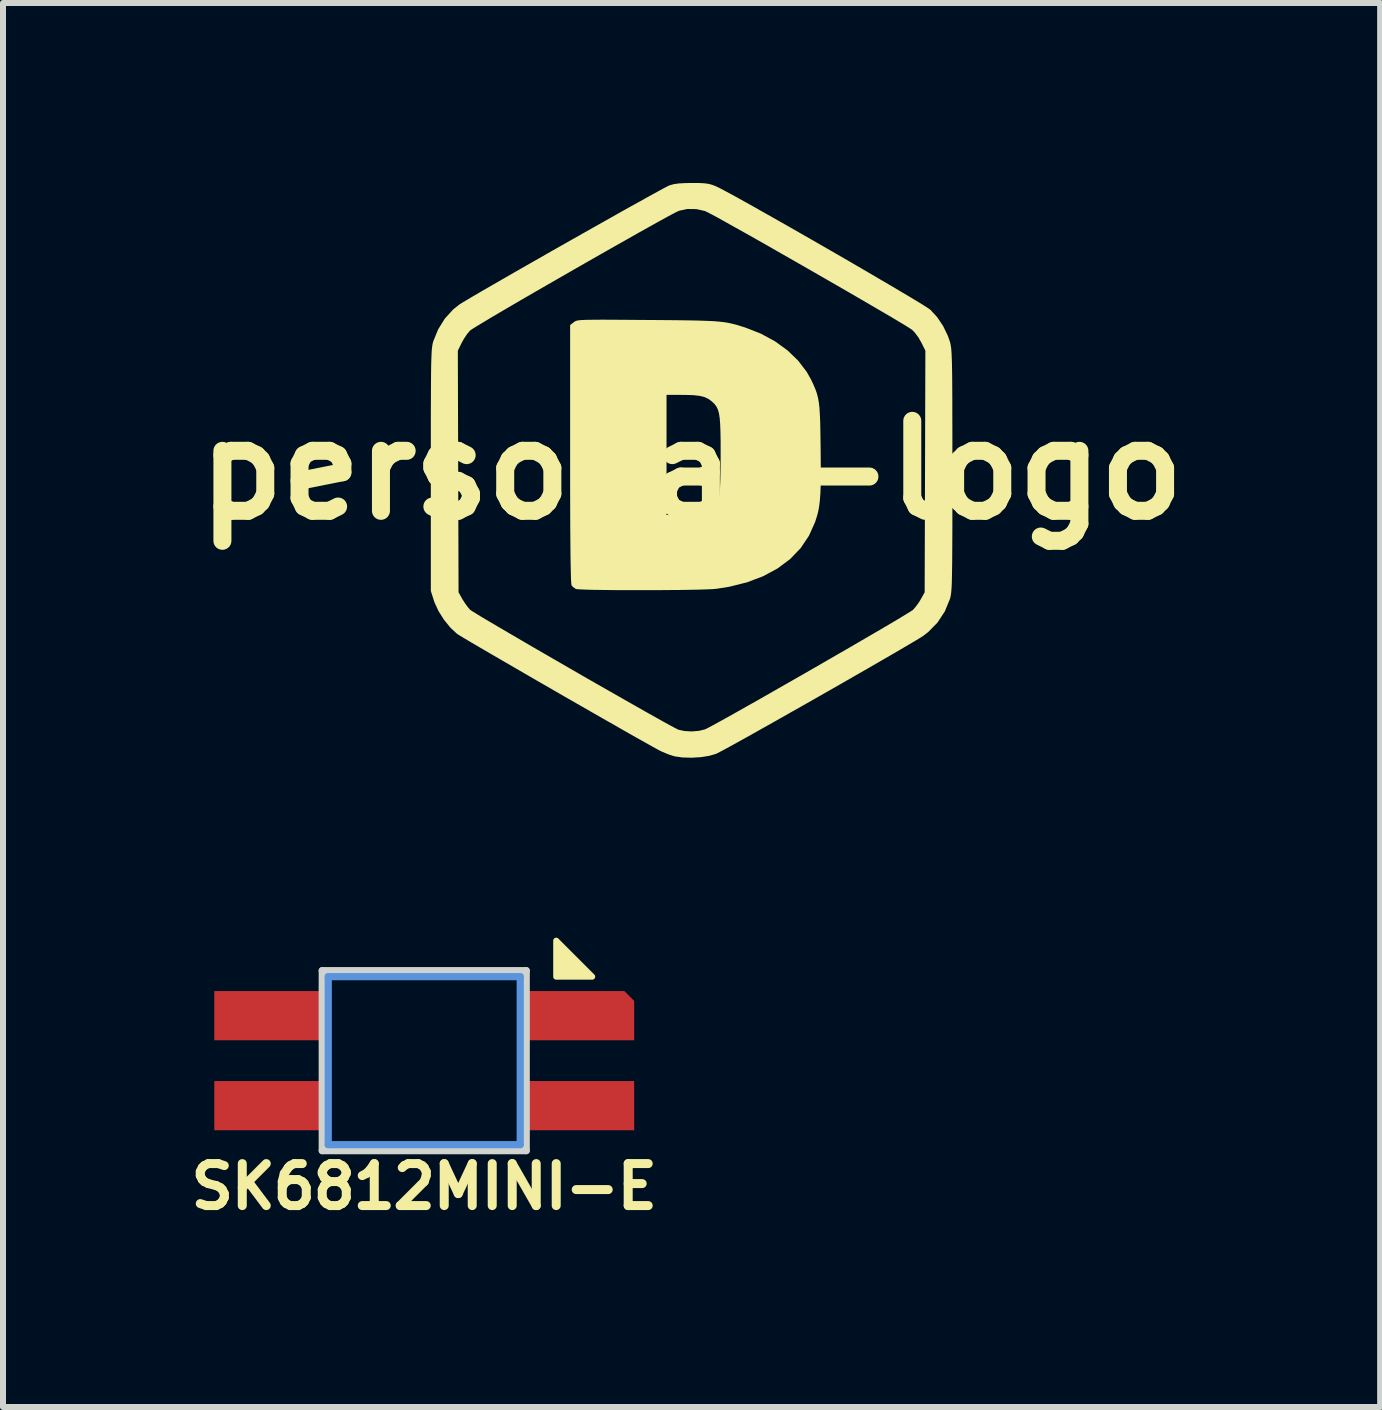
<source format=kicad_pcb>
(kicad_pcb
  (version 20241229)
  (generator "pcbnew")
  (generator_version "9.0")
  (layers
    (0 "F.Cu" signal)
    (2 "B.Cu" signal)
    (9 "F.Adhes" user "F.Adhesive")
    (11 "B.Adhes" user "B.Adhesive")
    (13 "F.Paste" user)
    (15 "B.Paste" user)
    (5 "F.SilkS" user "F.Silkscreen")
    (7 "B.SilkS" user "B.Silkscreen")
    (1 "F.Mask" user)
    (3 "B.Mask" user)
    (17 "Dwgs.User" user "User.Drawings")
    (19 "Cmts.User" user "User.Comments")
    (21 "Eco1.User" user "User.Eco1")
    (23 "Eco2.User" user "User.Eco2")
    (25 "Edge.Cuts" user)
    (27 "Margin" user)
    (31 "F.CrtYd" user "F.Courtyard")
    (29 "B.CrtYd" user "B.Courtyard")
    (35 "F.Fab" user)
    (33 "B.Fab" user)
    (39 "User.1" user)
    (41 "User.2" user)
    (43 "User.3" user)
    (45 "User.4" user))
  (footprint "personal-logo"
    (layer "F.Cu")
    (at 8.479 4.787)
    (property "Reference" "personal-logo" (at 0 0 0) (layer "F.SilkS") (effects (font (size 1.5 1.5) (thickness 0.3))))
    (attr board_only exclude_from_pos_files exclude_from_bom)
    (fp_poly (pts (xy -1.326 -2.507) (xy -1.133 -2.506) (xy -0.903 -2.504) (xy -0.727 -2.503) (xy -0.459 -2.501) (xy -0.232 -2.499) (xy -0.039 -2.496) (xy 0.122 -2.493) (xy 0.257 -2.488) (xy 0.37 -2.483) (xy 0.464 -2.475) (xy 0.545 -2.466) (xy 0.617 -2.454) (xy 0.684 -2.439) (xy 0.75 -2.422) (xy 0.82 -2.4) (xy 0.898 -2.376) (xy 0.902 -2.374) (xy 1.157 -2.274) (xy 1.392 -2.146) (xy 1.6 -1.995) (xy 1.778 -1.823) (xy 1.92 -1.636) (xy 1.992 -1.508) (xy 2.03 -1.427) (xy 2.061 -1.355) (xy 2.086 -1.286) (xy 2.105 -1.214) (xy 2.12 -1.135) (xy 2.131 -1.041) (xy 2.138 -0.928) (xy 2.144 -0.789) (xy 2.147 -0.62) (xy 2.15 -0.414) (xy 2.151 -0.346) (xy 2.153 -0.111) (xy 2.154 0.084) (xy 2.152 0.247) (xy 2.147 0.382) (xy 2.139 0.495) (xy 2.128 0.592) (xy 2.113 0.677) (xy 2.093 0.757) (xy 2.068 0.836) (xy 2.059 0.865) (xy 1.956 1.094) (xy 1.818 1.3) (xy 1.644 1.481) (xy 1.436 1.637) (xy 1.196 1.767) (xy 0.925 1.87) (xy 0.625 1.945) (xy 0.407 1.979) (xy 0.344 1.984) (xy 0.246 1.988) (xy 0.118 1.992) (xy -0.034 1.995) (xy -0.207 1.998) (xy -0.394 1.999) (xy -0.59 2.001) (xy -0.79 2.001) (xy -0.989 2.001) (xy -1.183 2.001) (xy -1.364 1.999) (xy -1.53 1.997) (xy -1.674 1.995) (xy -1.79 1.991) (xy -1.875 1.987) (xy -1.923 1.983) (xy -1.93 1.981) (xy -1.979 1.947) (xy -2.002 1.918) (xy -2.006 1.891) (xy -2.01 1.827) (xy -2.013 1.725) (xy -2.016 1.585) (xy -2.019 1.405) (xy -2.021 1.186) (xy -2.023 0.926) (xy -2.024 0.624) (xy -2.025 0.28) (xy -2.025 -0.107) (xy -2.025 -0.253) (xy -0.418 -0.253) (xy -0.418 0.748) (xy -0.171 0.748) (xy -0.06 0.746) (xy 0.043 0.74) (xy 0.125 0.731) (xy 0.165 0.724) (xy 0.24 0.689) (xy 0.319 0.631) (xy 0.344 0.608) (xy 0.407 0.532) (xy 0.451 0.453) (xy 0.46 0.429) (xy 0.467 0.377) (xy 0.474 0.285) (xy 0.479 0.156) (xy 0.482 -0.005) (xy 0.484 -0.195) (xy 0.484 -0.266) (xy 0.484 -0.47) (xy 0.481 -0.636) (xy 0.476 -0.768) (xy 0.468 -0.871) (xy 0.455 -0.951) (xy 0.437 -1.013) (xy 0.413 -1.061) (xy 0.382 -1.102) (xy 0.344 -1.139) (xy 0.34 -1.143) (xy 0.281 -1.187) (xy 0.215 -1.218) (xy 0.133 -1.238) (xy 0.027 -1.25) (xy -0.111 -1.254) (xy -0.16 -1.254) (xy -0.418 -1.255) (xy -0.418 -0.253) (xy -2.025 -0.253) (xy -2.025 -0.272) (xy -2.025 -2.418) (xy -1.965 -2.465) (xy -1.951 -2.475) (xy -1.936 -2.484) (xy -1.916 -2.491) (xy -1.887 -2.497) (xy -1.846 -2.501) (xy -1.788 -2.504) (xy -1.711 -2.506) (xy -1.611 -2.507) (xy -1.484 -2.508)) (stroke (width 0) (type solid)) (fill yes) (layer "F.SilkS"))
    (fp_poly (pts (xy 0.13 -4.786) (xy 0.217 -4.781) (xy 0.284 -4.772) (xy 0.343 -4.756) (xy 0.407 -4.731) (xy 0.407 -4.731) (xy 0.459 -4.706) (xy 0.543 -4.662) (xy 0.658 -4.6) (xy 0.8 -4.522) (xy 0.964 -4.431) (xy 1.148 -4.327) (xy 1.348 -4.214) (xy 1.562 -4.093) (xy 1.784 -3.966) (xy 2.013 -3.835) (xy 2.244 -3.702) (xy 2.475 -3.569) (xy 2.701 -3.438) (xy 2.919 -3.311) (xy 3.127 -3.189) (xy 3.32 -3.076) (xy 3.495 -2.972) (xy 3.649 -2.881) (xy 3.778 -2.803) (xy 3.879 -2.741) (xy 3.948 -2.696) (xy 3.982 -2.671) (xy 4.094 -2.55) (xy 4.194 -2.4) (xy 4.272 -2.238) (xy 4.308 -2.135) (xy 4.314 -2.108) (xy 4.32 -2.078) (xy 4.326 -2.041) (xy 4.33 -1.995) (xy 4.334 -1.937) (xy 4.337 -1.864) (xy 4.34 -1.774) (xy 4.342 -1.662) (xy 4.344 -1.528) (xy 4.345 -1.367) (xy 4.346 -1.177) (xy 4.346 -0.955) (xy 4.347 -0.698) (xy 4.347 -0.403) (xy 4.347 -0.068) (xy 4.347 0.011) (xy 4.347 0.355) (xy 4.347 0.657) (xy 4.347 0.922) (xy 4.346 1.151) (xy 4.345 1.347) (xy 4.344 1.513) (xy 4.342 1.652) (xy 4.34 1.767) (xy 4.338 1.861) (xy 4.335 1.937) (xy 4.331 1.996) (xy 4.327 2.043) (xy 4.322 2.08) (xy 4.316 2.11) (xy 4.31 2.136) (xy 4.307 2.146) (xy 4.221 2.355) (xy 4.099 2.541) (xy 3.943 2.7) (xy 3.864 2.761) (xy 3.819 2.79) (xy 3.74 2.838) (xy 3.63 2.903) (xy 3.494 2.983) (xy 3.333 3.077) (xy 3.153 3.181) (xy 2.956 3.295) (xy 2.745 3.416) (xy 2.526 3.542) (xy 2.3 3.671) (xy 2.072 3.801) (xy 1.845 3.93) (xy 1.622 4.056) (xy 1.407 4.178) (xy 1.204 4.292) (xy 1.016 4.398) (xy 0.847 4.492) (xy 0.699 4.574) (xy 0.577 4.641) (xy 0.485 4.69) (xy 0.425 4.721) (xy 0.407 4.73) (xy 0.292 4.763) (xy 0.151 4.785) (xy -0.002 4.794) (xy -0.15 4.79) (xy -0.277 4.772) (xy -0.302 4.766) (xy -0.394 4.735) (xy -0.49 4.695) (xy -0.522 4.68) (xy -0.578 4.65) (xy -0.667 4.601) (xy -0.784 4.535) (xy -0.927 4.455) (xy -1.093 4.361) (xy -1.276 4.256) (xy -1.475 4.143) (xy -1.686 4.022) (xy -1.904 3.897) (xy -2.128 3.769) (xy -2.352 3.639) (xy -2.575 3.511) (xy -2.792 3.385) (xy -2.999 3.265) (xy -3.194 3.152) (xy -3.373 3.048) (xy -3.532 2.955) (xy -3.669 2.875) (xy -3.778 2.81) (xy -3.858 2.762) (xy -3.904 2.733) (xy -3.912 2.727) (xy -4.022 2.625) (xy -4.128 2.494) (xy -4.22 2.348) (xy -4.287 2.202) (xy -4.298 2.169) (xy -4.347 2.014) (xy -4.347 0) (xy -4.347 -0.345) (xy -4.347 -0.648) (xy -4.347 -0.913) (xy -4.346 -1.143) (xy -4.345 -1.34) (xy -4.344 -1.507) (xy -4.343 -1.647) (xy -4.341 -1.763) (xy -4.338 -1.858) (xy -4.335 -1.933) (xy -4.332 -1.991) (xy -3.897 -1.991) (xy -3.891 0.022) (xy -3.885 2.036) (xy -3.822 2.15) (xy -3.773 2.226) (xy -3.719 2.298) (xy -3.69 2.329) (xy -3.661 2.349) (xy -3.598 2.388) (xy -3.504 2.446) (xy -3.381 2.519) (xy -3.233 2.606) (xy -3.064 2.705) (xy -2.877 2.814) (xy -2.676 2.932) (xy -2.463 3.055) (xy -2.243 3.182) (xy -2.018 3.312) (xy -1.793 3.442) (xy -1.57 3.57) (xy -1.352 3.694) (xy -1.144 3.813) (xy -0.948 3.924) (xy -0.769 4.026) (xy -0.608 4.116) (xy -0.471 4.193) (xy -0.36 4.254) (xy -0.278 4.298) (xy -0.229 4.323) (xy -0.22 4.327) (xy -0.12 4.349) (xy 0.001 4.356) (xy 0.122 4.346) (xy 0.222 4.322) (xy 0.225 4.321) (xy 0.265 4.301) (xy 0.339 4.262) (xy 0.443 4.205) (xy 0.574 4.133) (xy 0.729 4.046) (xy 0.904 3.947) (xy 1.096 3.839) (xy 1.301 3.722) (xy 1.516 3.599) (xy 1.739 3.472) (xy 1.964 3.343) (xy 2.189 3.213) (xy 2.411 3.085) (xy 2.626 2.961) (xy 2.83 2.842) (xy 3.021 2.731) (xy 3.194 2.63) (xy 3.347 2.54) (xy 3.476 2.463) (xy 3.578 2.401) (xy 3.649 2.357) (xy 3.686 2.333) (xy 3.69 2.33) (xy 3.741 2.271) (xy 3.795 2.195) (xy 3.822 2.15) (xy 3.885 2.036) (xy 3.891 0.022) (xy 3.897 -1.991) (xy 3.829 -2.128) (xy 3.781 -2.212) (xy 3.722 -2.291) (xy 3.677 -2.338) (xy 3.644 -2.36) (xy 3.576 -2.403) (xy 3.477 -2.463) (xy 3.35 -2.539) (xy 3.198 -2.628) (xy 3.025 -2.729) (xy 2.835 -2.84) (xy 2.63 -2.959) (xy 2.415 -3.083) (xy 2.193 -3.211) (xy 1.967 -3.341) (xy 1.74 -3.471) (xy 1.517 -3.598) (xy 1.301 -3.722) (xy 1.095 -3.839) (xy 0.902 -3.948) (xy 0.726 -4.046) (xy 0.571 -4.133) (xy 0.44 -4.206) (xy 0.336 -4.262) (xy 0.263 -4.3) (xy 0.225 -4.318) (xy 0.224 -4.319) (xy 0.082 -4.351) (xy -0.071 -4.353) (xy -0.207 -4.324) (xy -0.245 -4.307) (xy -0.317 -4.27) (xy -0.419 -4.215) (xy -0.55 -4.143) (xy -0.704 -4.057) (xy -0.878 -3.96) (xy -1.07 -3.851) (xy -1.276 -3.735) (xy -1.492 -3.612) (xy -1.715 -3.485) (xy -1.942 -3.355) (xy -2.168 -3.225) (xy -2.391 -3.097) (xy -2.608 -2.972) (xy -2.815 -2.852) (xy -3.007 -2.74) (xy -3.183 -2.637) (xy -3.339 -2.545) (xy -3.471 -2.466) (xy -3.575 -2.403) (xy -3.649 -2.357) (xy -3.689 -2.33) (xy -3.694 -2.326) (xy -3.743 -2.268) (xy -3.796 -2.188) (xy -3.832 -2.124) (xy -3.897 -1.991) (xy -4.332 -1.991) (xy -4.332 -1.994) (xy -4.327 -2.041) (xy -4.322 -2.078) (xy -4.317 -2.108) (xy -4.31 -2.134) (xy -4.307 -2.146) (xy -4.225 -2.347) (xy -4.113 -2.527) (xy -3.974 -2.679) (xy -3.875 -2.758) (xy -3.83 -2.787) (xy -3.751 -2.834) (xy -3.642 -2.899) (xy -3.505 -2.979) (xy -3.346 -3.071) (xy -3.167 -3.174) (xy -2.971 -3.287) (xy -2.761 -3.407) (xy -2.543 -3.531) (xy -2.318 -3.66) (xy -2.09 -3.789) (xy -1.862 -3.918) (xy -1.639 -4.044) (xy -1.422 -4.166) (xy -1.217 -4.282) (xy -1.026 -4.389) (xy -0.852 -4.485) (xy -0.7 -4.57) (xy -0.572 -4.64) (xy -0.472 -4.695) (xy -0.403 -4.731) (xy -0.369 -4.747) (xy -0.369 -4.747) (xy -0.298 -4.767) (xy -0.214 -4.779) (xy -0.106 -4.785) (xy 0.011 -4.787)) (stroke (width 0) (type solid)) (fill yes) (layer "F.SilkS")))
  (footprint "SK6812MINI-E"
    (layer "F.Cu")
    (at 4.022 14.631)
    (property "Reference" "SK6812MINI-E" (at 0 2.1 0) (unlocked yes) (layer "F.SilkS") (effects (font (size 0.7 0.7) (thickness 0.15))))
    (attr through_hole)
    (fp_poly (pts (xy 2.8 -1.4) (xy 2.2 -1.4) (xy 2.2 -2)) (stroke (width 0.1) (type solid)) (fill yes) (layer "F.SilkS"))
    (fp_line (start -1.6 -1.4) (end 1.6 -1.4) (stroke (width 0.12) (type solid)) (layer "Cmts.User"))
    (fp_line (start -1.6 1.4) (end -1.6 -1.4) (stroke (width 0.12) (type solid)) (layer "Cmts.User"))
    (fp_line (start 1.6 -1.4) (end 1.6 1.4) (stroke (width 0.12) (type solid)) (layer "Cmts.User"))
    (fp_line (start 1.6 1.4) (end -1.6 1.4) (stroke (width 0.12) (type solid)) (layer "Cmts.User"))
    (fp_line (start -1.7 -1.5) (end 1.7 -1.5) (stroke (width 0.12) (type solid)) (layer "Edge.Cuts"))
    (fp_line (start -1.7 1.5) (end -1.7 -1.5) (stroke (width 0.12) (type solid)) (layer "Edge.Cuts"))
    (fp_line (start 1.7 -1.5) (end 1.7 1.5) (stroke (width 0.12) (type solid)) (layer "Edge.Cuts"))
    (fp_line (start 1.7 1.5) (end -1.7 1.5) (stroke (width 0.12) (type solid)) (layer "Edge.Cuts"))
    (pad "1" smd rect (at -2.6 -0.75) (size 1.8 0.82) (layers "F.Cu" "F.Mask" "F.Paste"))
    (pad "2" smd roundrect (at 2.6 -0.75) (size 1.8 0.82) (layers "F.Cu" "F.Mask" "F.Paste") (roundrect_rratio 0) (chamfer_ratio 0.2) (chamfer top_right))
    (pad "3" smd rect (at 2.6 0.75) (size 1.8 0.82) (layers "F.Cu" "F.Mask" "F.Paste"))
    (pad "4" smd rect (at -2.6 0.75) (size 1.8 0.82) (layers "F.Cu" "F.Mask" "F.Paste")))
  (gr_rect
    (start -3 -3)
    (end 19.957 20.404)
    (stroke (width 0.1) (type default))
    (fill no)
    (layer "Edge.Cuts")))
</source>
